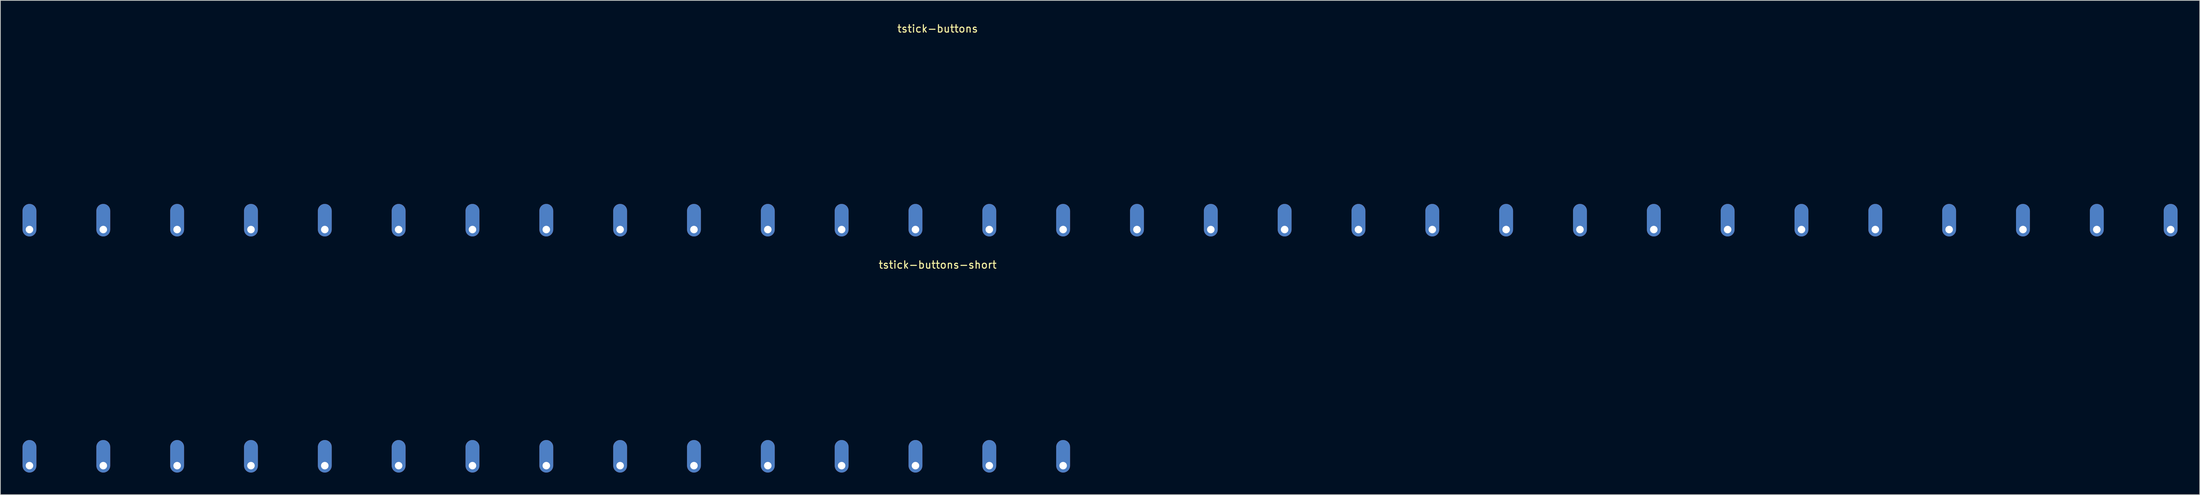
<source format=kicad_pcb>
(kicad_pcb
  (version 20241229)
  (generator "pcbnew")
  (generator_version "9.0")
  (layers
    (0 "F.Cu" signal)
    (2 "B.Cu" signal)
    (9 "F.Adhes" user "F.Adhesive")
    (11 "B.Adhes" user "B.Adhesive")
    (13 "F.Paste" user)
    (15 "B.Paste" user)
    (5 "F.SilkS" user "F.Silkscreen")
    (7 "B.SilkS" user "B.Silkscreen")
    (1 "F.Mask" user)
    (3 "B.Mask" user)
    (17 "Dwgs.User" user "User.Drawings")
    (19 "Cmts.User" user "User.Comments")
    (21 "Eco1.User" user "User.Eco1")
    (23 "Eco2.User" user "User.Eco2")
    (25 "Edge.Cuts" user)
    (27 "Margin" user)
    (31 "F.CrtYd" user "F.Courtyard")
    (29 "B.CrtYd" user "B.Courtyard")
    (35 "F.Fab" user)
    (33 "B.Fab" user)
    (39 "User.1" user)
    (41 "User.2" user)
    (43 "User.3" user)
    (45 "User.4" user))
  (footprint "tstick-buttons-short"
    (layer "F.Cu")
    (at 0.94 60.136)
    (property "Reference" "tstick-buttons-short" (at 123 -27.25 0) (unlocked yes) (layer "F.SilkS") (effects (font (size 1 1) (thickness 0.15))))
    (attr smd)
    (pad "1" thru_hole custom (at 0 0 270) (size 1.88 1.88) (drill 1.016) (layers "*.Cu" "*.Mask") (options (anchor circle)) (primitives (gr_rect (start -2.54 -0.94) (end 0 0.94) (width 0) (fill yes)) (gr_circle (center -2.54 0) (end -1.6 0) (width 0) (fill yes))))
    (pad "2" thru_hole custom (at 10 0 270) (size 1.88 1.88) (drill 1.016) (layers "*.Cu" "*.Mask") (options (anchor circle)) (primitives (gr_rect (start -2.54 -0.94) (end 0 0.94) (width 0) (fill yes)) (gr_circle (center -2.54 0) (end -1.6 0) (width 0) (fill yes))))
    (pad "3" thru_hole custom (at 20 0 270) (size 1.88 1.88) (drill 1.016) (layers "*.Cu" "*.Mask") (options (anchor circle)) (primitives (gr_rect (start -2.54 -0.94) (end 0 0.94) (width 0) (fill yes)) (gr_circle (center -2.54 0) (end -1.6 0) (width 0) (fill yes))))
    (pad "4" thru_hole custom (at 30 0 270) (size 1.88 1.88) (drill 1.016) (layers "*.Cu" "*.Mask") (options (anchor circle)) (primitives (gr_rect (start -2.54 -0.94) (end 0 0.94) (width 0) (fill yes)) (gr_circle (center -2.54 0) (end -1.6 0) (width 0) (fill yes))))
    (pad "5" thru_hole custom (at 40 0 270) (size 1.88 1.88) (drill 1.016) (layers "*.Cu" "*.Mask") (options (anchor circle)) (primitives (gr_rect (start -2.54 -0.94) (end 0 0.94) (width 0) (fill yes)) (gr_circle (center -2.54 0) (end -1.6 0) (width 0) (fill yes))))
    (pad "6" thru_hole custom (at 50 0 270) (size 1.88 1.88) (drill 1.016) (layers "*.Cu" "*.Mask") (options (anchor circle)) (primitives (gr_rect (start -2.54 -0.94) (end 0 0.94) (width 0) (fill yes)) (gr_circle (center -2.54 0) (end -1.6 0) (width 0) (fill yes))))
    (pad "7" thru_hole custom (at 60 0 270) (size 1.88 1.88) (drill 1.016) (layers "*.Cu" "*.Mask") (options (anchor circle)) (primitives (gr_rect (start -2.54 -0.94) (end 0 0.94) (width 0) (fill yes)) (gr_circle (center -2.54 0) (end -1.6 0) (width 0) (fill yes))))
    (pad "8" thru_hole custom (at 70 0 270) (size 1.88 1.88) (drill 1.016) (layers "*.Cu" "*.Mask") (options (anchor circle)) (primitives (gr_rect (start -2.54 -0.94) (end 0 0.94) (width 0) (fill yes)) (gr_circle (center -2.54 0) (end -1.6 0) (width 0) (fill yes))))
    (pad "9" thru_hole custom (at 80 0 270) (size 1.88 1.88) (drill 1.016) (layers "*.Cu" "*.Mask") (options (anchor circle)) (primitives (gr_rect (start -2.54 -0.94) (end 0 0.94) (width 0) (fill yes)) (gr_circle (center -2.54 0) (end -1.6 0) (width 0) (fill yes))))
    (pad "10" thru_hole custom (at 90 0 270) (size 1.88 1.88) (drill 1.016) (layers "*.Cu" "*.Mask") (options (anchor circle)) (primitives (gr_rect (start -2.54 -0.94) (end 0 0.94) (width 0) (fill yes)) (gr_circle (center -2.54 0) (end -1.6 0) (width 0) (fill yes))))
    (pad "11" thru_hole custom (at 100 0 270) (size 1.88 1.88) (drill 1.016) (layers "*.Cu" "*.Mask") (options (anchor circle)) (primitives (gr_rect (start -2.54 -0.94) (end 0 0.94) (width 0) (fill yes)) (gr_circle (center -2.54 0) (end -1.6 0) (width 0) (fill yes))))
    (pad "12" thru_hole custom (at 110 0 270) (size 1.88 1.88) (drill 1.016) (layers "*.Cu" "*.Mask") (options (anchor circle)) (primitives (gr_rect (start -2.54 -0.94) (end 0 0.94) (width 0) (fill yes)) (gr_circle (center -2.54 0) (end -1.6 0) (width 0) (fill yes))))
    (pad "13" thru_hole custom (at 120 0 270) (size 1.88 1.88) (drill 1.016) (layers "*.Cu" "*.Mask") (options (anchor circle)) (primitives (gr_rect (start -2.54 -0.94) (end 0 0.94) (width 0) (fill yes)) (gr_circle (center -2.54 0) (end -1.6 0) (width 0) (fill yes))))
    (pad "14" thru_hole custom (at 130 0 270) (size 1.88 1.88) (drill 1.016) (layers "*.Cu" "*.Mask") (options (anchor circle)) (primitives (gr_rect (start -2.54 -0.94) (end 0 0.94) (width 0) (fill yes)) (gr_circle (center -2.54 0) (end -1.6 0) (width 0) (fill yes))))
    (pad "15" thru_hole custom (at 140 0 270) (size 1.88 1.88) (drill 1.016) (layers "*.Cu" "*.Mask") (options (anchor circle)) (primitives (gr_rect (start -2.54 -0.94) (end 0 0.94) (width 0) (fill yes)) (gr_circle (center -2.54 0) (end -1.6 0) (width 0) (fill yes)))))
  (footprint "tstick-buttons"
    (layer "F.Cu")
    (at 0.94 28.098)
    (property "Reference" "tstick-buttons" (at 123 -27.25 0) (unlocked yes) (layer "F.SilkS") (effects (font (size 1 1) (thickness 0.15))))
    (attr smd)
    (pad "1" thru_hole custom (at 0 0 270) (size 1.88 1.88) (drill 1.016) (property pad_prop_castellated) (layers "*.Cu" "*.Mask") (options (anchor circle)) (primitives (gr_rect (start -2.54 -0.94) (end 0 0.94) (width 0) (fill yes)) (gr_circle (center -2.54 0) (end -1.6 0) (width 0) (fill yes))))
    (pad "2" thru_hole custom (at 10 0 270) (size 1.88 1.88) (drill 1.016) (property pad_prop_castellated) (layers "*.Cu" "*.Mask") (options (anchor circle)) (primitives (gr_rect (start -2.54 -0.94) (end 0 0.94) (width 0) (fill yes)) (gr_circle (center -2.54 0) (end -1.6 0) (width 0) (fill yes))))
    (pad "3" thru_hole custom (at 20 0 270) (size 1.88 1.88) (drill 1.016) (property pad_prop_castellated) (layers "*.Cu" "*.Mask") (options (anchor circle)) (primitives (gr_rect (start -2.54 -0.94) (end 0 0.94) (width 0) (fill yes)) (gr_circle (center -2.54 0) (end -1.6 0) (width 0) (fill yes))))
    (pad "4" thru_hole custom (at 30 0 270) (size 1.88 1.88) (drill 1.016) (property pad_prop_castellated) (layers "*.Cu" "*.Mask") (options (anchor circle)) (primitives (gr_rect (start -2.54 -0.94) (end 0 0.94) (width 0) (fill yes)) (gr_circle (center -2.54 0) (end -1.6 0) (width 0) (fill yes))))
    (pad "5" thru_hole custom (at 40 0 270) (size 1.88 1.88) (drill 1.016) (property pad_prop_castellated) (layers "*.Cu" "*.Mask") (options (anchor circle)) (primitives (gr_rect (start -2.54 -0.94) (end 0 0.94) (width 0) (fill yes)) (gr_circle (center -2.54 0) (end -1.6 0) (width 0) (fill yes))))
    (pad "6" thru_hole custom (at 50 0 270) (size 1.88 1.88) (drill 1.016) (property pad_prop_castellated) (layers "*.Cu" "*.Mask") (options (anchor circle)) (primitives (gr_rect (start -2.54 -0.94) (end 0 0.94) (width 0) (fill yes)) (gr_circle (center -2.54 0) (end -1.6 0) (width 0) (fill yes))))
    (pad "7" thru_hole custom (at 60 0 270) (size 1.88 1.88) (drill 1.016) (property pad_prop_castellated) (layers "*.Cu" "*.Mask") (options (anchor circle)) (primitives (gr_rect (start -2.54 -0.94) (end 0 0.94) (width 0) (fill yes)) (gr_circle (center -2.54 0) (end -1.6 0) (width 0) (fill yes))))
    (pad "8" thru_hole custom (at 70 0 270) (size 1.88 1.88) (drill 1.016) (property pad_prop_castellated) (layers "*.Cu" "*.Mask") (options (anchor circle)) (primitives (gr_rect (start -2.54 -0.94) (end 0 0.94) (width 0) (fill yes)) (gr_circle (center -2.54 0) (end -1.6 0) (width 0) (fill yes))))
    (pad "9" thru_hole custom (at 80 0 270) (size 1.88 1.88) (drill 1.016) (property pad_prop_castellated) (layers "*.Cu" "*.Mask") (options (anchor circle)) (primitives (gr_rect (start -2.54 -0.94) (end 0 0.94) (width 0) (fill yes)) (gr_circle (center -2.54 0) (end -1.6 0) (width 0) (fill yes))))
    (pad "10" thru_hole custom (at 90 0 270) (size 1.88 1.88) (drill 1.016) (property pad_prop_castellated) (layers "*.Cu" "*.Mask") (options (anchor circle)) (primitives (gr_rect (start -2.54 -0.94) (end 0 0.94) (width 0) (fill yes)) (gr_circle (center -2.54 0) (end -1.6 0) (width 0) (fill yes))))
    (pad "11" thru_hole custom (at 100 0 270) (size 1.88 1.88) (drill 1.016) (property pad_prop_castellated) (layers "*.Cu" "*.Mask") (options (anchor circle)) (primitives (gr_rect (start -2.54 -0.94) (end 0 0.94) (width 0) (fill yes)) (gr_circle (center -2.54 0) (end -1.6 0) (width 0) (fill yes))))
    (pad "12" thru_hole custom (at 110 0 270) (size 1.88 1.88) (drill 1.016) (property pad_prop_castellated) (layers "*.Cu" "*.Mask") (options (anchor circle)) (primitives (gr_rect (start -2.54 -0.94) (end 0 0.94) (width 0) (fill yes)) (gr_circle (center -2.54 0) (end -1.6 0) (width 0) (fill yes))))
    (pad "13" thru_hole custom (at 120 0 270) (size 1.88 1.88) (drill 1.016) (property pad_prop_castellated) (layers "*.Cu" "*.Mask") (options (anchor circle)) (primitives (gr_rect (start -2.54 -0.94) (end 0 0.94) (width 0) (fill yes)) (gr_circle (center -2.54 0) (end -1.6 0) (width 0) (fill yes))))
    (pad "14" thru_hole custom (at 130 0 270) (size 1.88 1.88) (drill 1.016) (property pad_prop_castellated) (layers "*.Cu" "*.Mask") (options (anchor circle)) (primitives (gr_rect (start -2.54 -0.94) (end 0 0.94) (width 0) (fill yes)) (gr_circle (center -2.54 0) (end -1.6 0) (width 0) (fill yes))))
    (pad "15" thru_hole custom (at 140 0 270) (size 1.88 1.88) (drill 1.016) (property pad_prop_castellated) (layers "*.Cu" "*.Mask") (options (anchor circle)) (primitives (gr_rect (start -2.54 -0.94) (end 0 0.94) (width 0) (fill yes)) (gr_circle (center -2.54 0) (end -1.6 0) (width 0) (fill yes))))
    (pad "16" thru_hole custom (at 150 0 270) (size 1.88 1.88) (drill 1.016) (property pad_prop_castellated) (layers "*.Cu" "*.Mask") (options (anchor circle)) (primitives (gr_rect (start -2.54 -0.94) (end 0 0.94) (width 0) (fill yes)) (gr_circle (center -2.54 0) (end -1.6 0) (width 0) (fill yes))))
    (pad "17" thru_hole custom (at 160 0 270) (size 1.88 1.88) (drill 1.016) (property pad_prop_castellated) (layers "*.Cu" "*.Mask") (options (anchor circle)) (primitives (gr_rect (start -2.54 -0.94) (end 0 0.94) (width 0) (fill yes)) (gr_circle (center -2.54 0) (end -1.6 0) (width 0) (fill yes))))
    (pad "18" thru_hole custom (at 170 0 270) (size 1.88 1.88) (drill 1.016) (property pad_prop_castellated) (layers "*.Cu" "*.Mask") (options (anchor circle)) (primitives (gr_rect (start -2.54 -0.94) (end 0 0.94) (width 0) (fill yes)) (gr_circle (center -2.54 0) (end -1.6 0) (width 0) (fill yes))))
    (pad "19" thru_hole custom (at 180 0 270) (size 1.88 1.88) (drill 1.016) (property pad_prop_castellated) (layers "*.Cu" "*.Mask") (options (anchor circle)) (primitives (gr_rect (start -2.54 -0.94) (end 0 0.94) (width 0) (fill yes)) (gr_circle (center -2.54 0) (end -1.6 0) (width 0) (fill yes))))
    (pad "20" thru_hole custom (at 190 0 270) (size 1.88 1.88) (drill 1.016) (property pad_prop_castellated) (layers "*.Cu" "*.Mask") (options (anchor circle)) (primitives (gr_rect (start -2.54 -0.94) (end 0 0.94) (width 0) (fill yes)) (gr_circle (center -2.54 0) (end -1.6 0) (width 0) (fill yes))))
    (pad "21" thru_hole custom (at 200 0 270) (size 1.88 1.88) (drill 1.016) (property pad_prop_castellated) (layers "*.Cu" "*.Mask") (options (anchor circle)) (primitives (gr_rect (start -2.54 -0.94) (end 0 0.94) (width 0) (fill yes)) (gr_circle (center -2.54 0) (end -1.6 0) (width 0) (fill yes))))
    (pad "22" thru_hole custom (at 210 0 270) (size 1.88 1.88) (drill 1.016) (property pad_prop_castellated) (layers "*.Cu" "*.Mask") (options (anchor circle)) (primitives (gr_rect (start -2.54 -0.94) (end 0 0.94) (width 0) (fill yes)) (gr_circle (center -2.54 0) (end -1.6 0) (width 0) (fill yes))))
    (pad "23" thru_hole custom (at 220 0 270) (size 1.88 1.88) (drill 1.016) (property pad_prop_castellated) (layers "*.Cu" "*.Mask") (options (anchor circle)) (primitives (gr_rect (start -2.54 -0.94) (end 0 0.94) (width 0) (fill yes)) (gr_circle (center -2.54 0) (end -1.6 0) (width 0) (fill yes))))
    (pad "24" thru_hole custom (at 230 0 270) (size 1.88 1.88) (drill 1.016) (property pad_prop_castellated) (layers "*.Cu" "*.Mask") (options (anchor circle)) (primitives (gr_rect (start -2.54 -0.94) (end 0 0.94) (width 0) (fill yes)) (gr_circle (center -2.54 0) (end -1.6 0) (width 0) (fill yes))))
    (pad "25" thru_hole custom (at 240 0 270) (size 1.88 1.88) (drill 1.016) (property pad_prop_castellated) (layers "*.Cu" "*.Mask") (options (anchor circle)) (primitives (gr_rect (start -2.54 -0.94) (end 0 0.94) (width 0) (fill yes)) (gr_circle (center -2.54 0) (end -1.6 0) (width 0) (fill yes))))
    (pad "26" thru_hole custom (at 250 0 270) (size 1.88 1.88) (drill 1.016) (property pad_prop_castellated) (layers "*.Cu" "*.Mask") (options (anchor circle)) (primitives (gr_rect (start -2.54 -0.94) (end 0 0.94) (width 0) (fill yes)) (gr_circle (center -2.54 0) (end -1.6 0) (width 0) (fill yes))))
    (pad "27" thru_hole custom (at 260 0 270) (size 1.88 1.88) (drill 1.016) (property pad_prop_castellated) (layers "*.Cu" "*.Mask") (options (anchor circle)) (primitives (gr_rect (start -2.54 -0.94) (end 0 0.94) (width 0) (fill yes)) (gr_circle (center -2.54 0) (end -1.6 0) (width 0) (fill yes))))
    (pad "28" thru_hole custom (at 270 0 270) (size 1.88 1.88) (drill 1.016) (property pad_prop_castellated) (layers "*.Cu" "*.Mask") (options (anchor circle)) (primitives (gr_rect (start -2.54 -0.94) (end 0 0.94) (width 0) (fill yes)) (gr_circle (center -2.54 0) (end -1.6 0) (width 0) (fill yes))))
    (pad "29" thru_hole custom (at 280 0 270) (size 1.88 1.88) (drill 1.016) (property pad_prop_castellated) (layers "*.Cu" "*.Mask") (options (anchor circle)) (primitives (gr_rect (start -2.54 -0.94) (end 0 0.94) (width 0) (fill yes)) (gr_circle (center -2.54 0) (end -1.6 0) (width 0) (fill yes))))
    (pad "30" thru_hole custom (at 290 0 270) (size 1.88 1.88) (drill 1.016) (property pad_prop_castellated) (layers "*.Cu" "*.Mask") (options (anchor circle)) (primitives (gr_rect (start -2.54 -0.94) (end 0 0.94) (width 0) (fill yes)) (gr_circle (center -2.54 0) (end -1.6 0) (width 0) (fill yes)))))
  (gr_rect
    (start -3 -3)
    (end 294.88 64.076)
    (stroke (width 0.1) (type default))
    (fill no)
    (layer "Edge.Cuts")))
</source>
